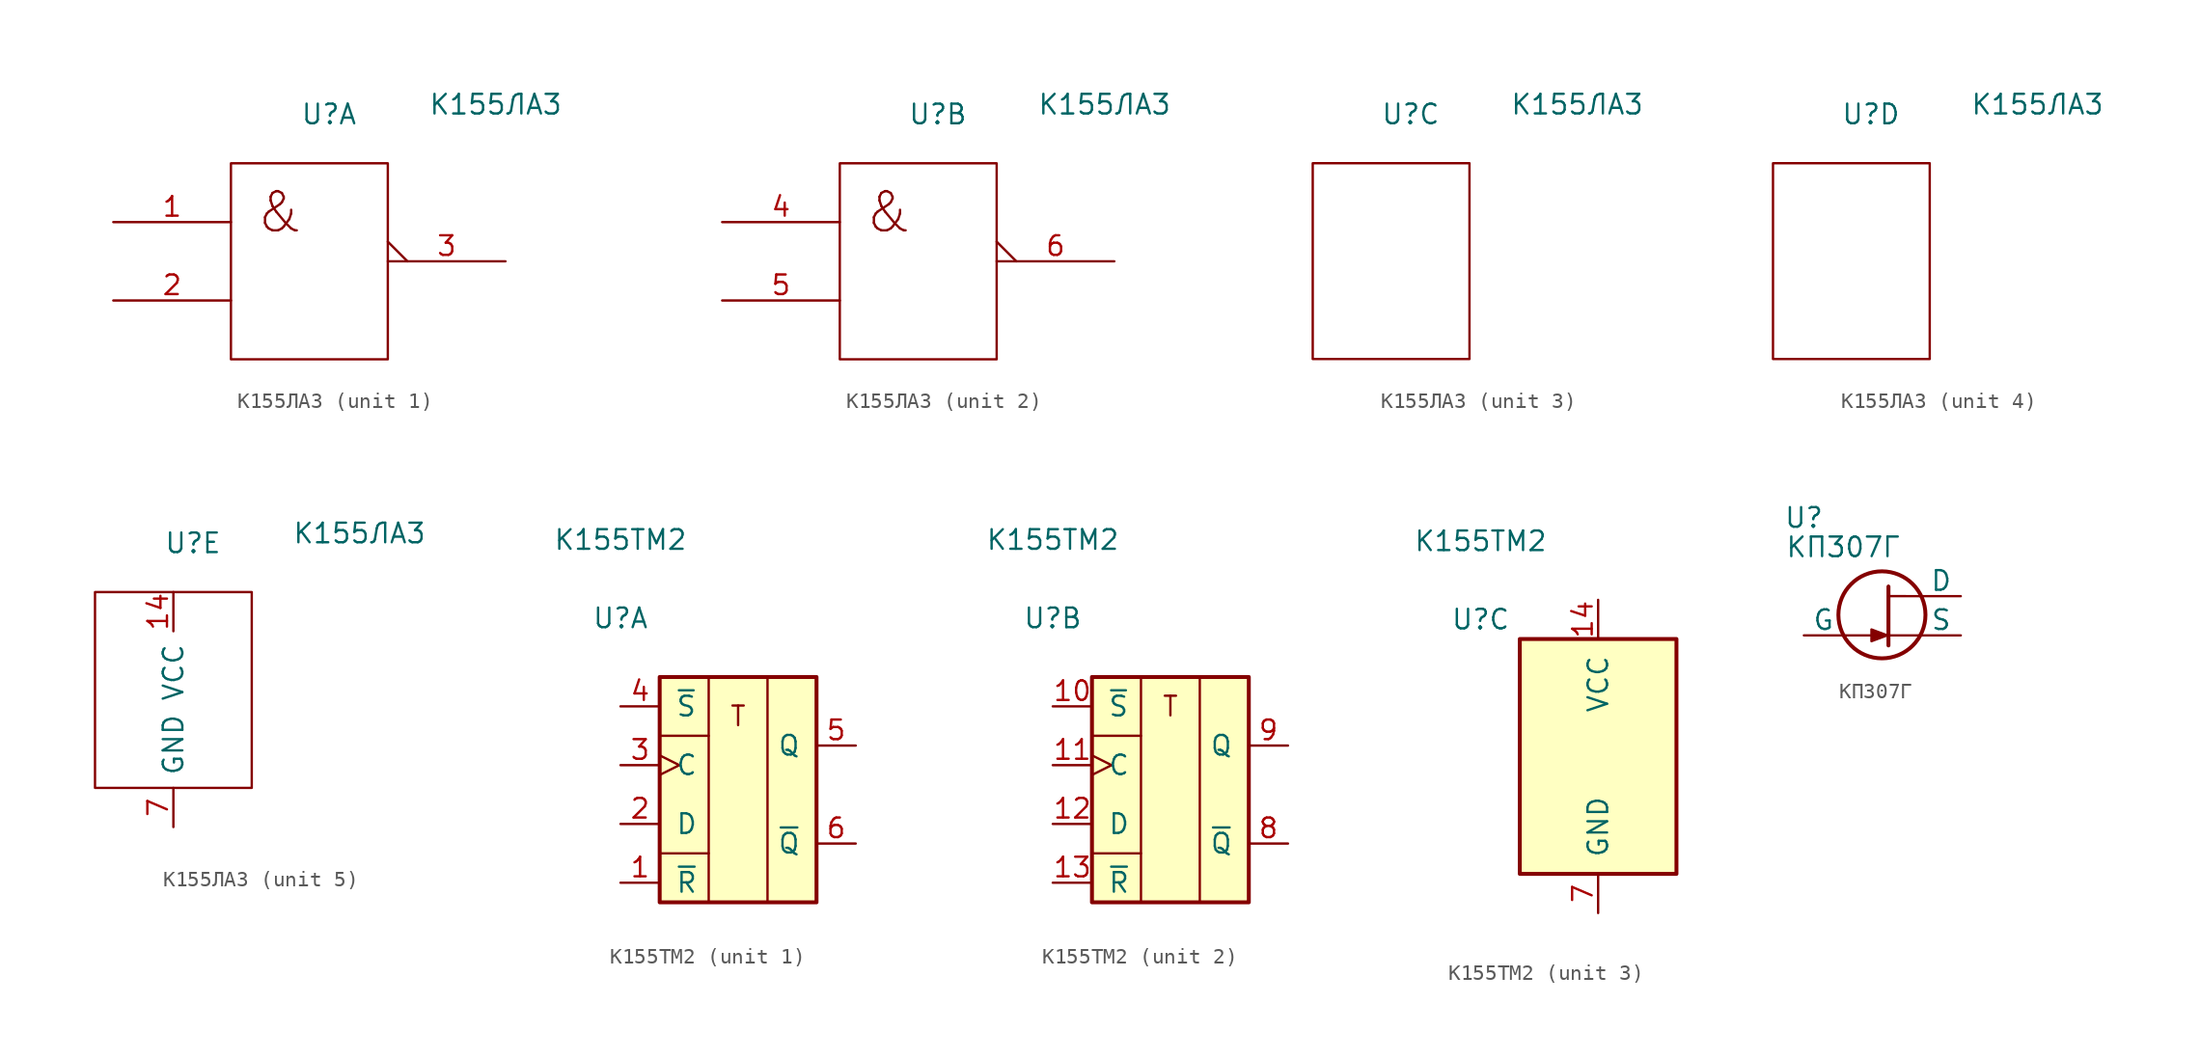
<source format=kicad_sym>
(kicad_symbol_lib
  (version 20211014)
  (generator kicad_symbol_editor)
  (symbol "К155ЛА3"
    (pin_names
      (offset 0.762))
    (property "Reference" "U"
      (at 1.27 9.525 0)
      (effects (font (size 1.27 1.27))))
    (property "Value" "К155ЛА3"
      (at 12.065 10.16 0)
      (effects (font (size 1.27 1.27))))
    (symbol "К155ЛА3_0_1"
      (rectangle (start -5.08 6.35) (end 5.08 -6.35) (stroke (width 0) (type default) (color 0 0 0 0)) (fill (type none))))
    (symbol "К155ЛА3_1_0"
      (text "&" (at -1.905 3.175 0) (effects (font (size 2.54 2.54)))))
    (symbol "К155ЛА3_1_1"
      (pin input line (at -12.7 2.54 0) (length 7.62) (name "~" (effects (font (size 1.27 1.27)))) (number "1" (effects (font (size 1.27 1.27)))))
      (pin input line (at -12.7 -2.54 0) (length 7.62) (name "~" (effects (font (size 1.27 1.27)))) (number "2" (effects (font (size 1.27 1.27)))))
      (pin output output_low (at 12.7 0 180) (length 7.62) (name "~" (effects (font (size 1.27 1.27)))) (number "3" (effects (font (size 1.27 1.27))))))
    (symbol "К155ЛА3_2_0"
      (text "&" (at -1.905 3.175 0) (effects (font (size 2.54 2.54)))))
    (symbol "К155ЛА3_2_1"
      (pin input line (at -12.7 2.54 0) (length 7.62) (name "~" (effects (font (size 1.27 1.27)))) (number "4" (effects (font (size 1.27 1.27)))))
      (pin input line (at -12.7 -2.54 0) (length 7.62) (name "~" (effects (font (size 1.27 1.27)))) (number "5" (effects (font (size 1.27 1.27)))))
      (pin output output_low (at 12.7 0 180) (length 7.62) (name "~" (effects (font (size 1.27 1.27)))) (number "6" (effects (font (size 1.27 1.27))))))
    (symbol "К155ЛА3_5_0"
      (pin power_in line (at 0 6.35 270) (length 2.54) (name "VCC" (effects (font (size 1.27 1.27)))) (number "14" (effects (font (size 1.27 1.27)))))
      (pin power_in line (at 0 -8.89 90) (length 2.54) (name "GND" (effects (font (size 1.27 1.27)))) (number "7" (effects (font (size 1.27 1.27)))))))
  (symbol "К155ТМ2"
    (pin_names
      (offset 1.016))
    (property "Reference" "U"
      (at -7.62 8.89 0)
      (effects (font (size 1.27 1.27))))
    (property "Value" "К155ТМ2"
      (at -7.62 13.97 0)
      (effects (font (size 1.27 1.27))))
    (property "ki_locked" ""
      (at 0 0 0)
      (effects (font (size 1.27 1.27))))
    (symbol "К155ТМ2_1_0"
      (text "T" (at 0 2.54 0) (effects (font (size 1.27 1.27))))
      (pin input line (at -7.62 -8.255 0) (length 2.54) (name "~{R}" (effects (font (size 1.27 1.27)))) (number "1" (effects (font (size 1.27 1.27)))))
      (pin input line (at -7.62 -4.445 0) (length 2.54) (name "D" (effects (font (size 1.27 1.27)))) (number "2" (effects (font (size 1.27 1.27)))))
      (pin input clock (at -7.62 -0.635 0) (length 2.54) (name "C" (effects (font (size 1.27 1.27)))) (number "3" (effects (font (size 1.27 1.27)))))
      (pin input line (at -7.62 3.175 0) (length 2.54) (name "~{S}" (effects (font (size 1.27 1.27)))) (number "4" (effects (font (size 1.27 1.27)))))
      (pin output line (at 7.62 0.635 180) (length 2.54) (name "Q" (effects (font (size 1.27 1.27)))) (number "5" (effects (font (size 1.27 1.27)))))
      (pin output line (at 7.62 -5.715 180) (length 2.54) (name "~{Q}" (effects (font (size 1.27 1.27)))) (number "6" (effects (font (size 1.27 1.27))))))
    (symbol "К155ТМ2_1_1"
      (rectangle (start -5.08 5.08) (end 5.08 -9.525) (stroke (width 0.254) (type default) (color 0 0 0 0)) (fill (type background)))
      (polyline (pts (xy -5.08 -6.35) (xy -1.905 -6.35)) (stroke (width 0.152) (type default) (color 0 0 0 0)) (fill (type none)))
      (polyline (pts (xy -5.08 1.27) (xy -1.905 1.27)) (stroke (width 0.152) (type default) (color 0 0 0 0)) (fill (type none)))
      (polyline (pts (xy -1.905 5.08) (xy -1.905 -9.525)) (stroke (width 0.152) (type default) (color 0 0 0 0)) (fill (type none)))
      (polyline (pts (xy 1.905 -9.525) (xy 1.905 5.08)) (stroke (width 0.152) (type default) (color 0 0 0 0)) (fill (type none))))
    (symbol "К155ТМ2_2_0"
      (text "T" (at 0 3.175 0) (effects (font (size 1.27 1.27))))
      (pin input line (at -7.62 3.175 0) (length 2.54) (name "~{S}" (effects (font (size 1.27 1.27)))) (number "10" (effects (font (size 1.27 1.27)))))
      (pin input clock (at -7.62 -0.635 0) (length 2.54) (name "C" (effects (font (size 1.27 1.27)))) (number "11" (effects (font (size 1.27 1.27)))))
      (pin input line (at -7.62 -4.445 0) (length 2.54) (name "D" (effects (font (size 1.27 1.27)))) (number "12" (effects (font (size 1.27 1.27)))))
      (pin input line (at -7.62 -8.255 0) (length 2.54) (name "~{R}" (effects (font (size 1.27 1.27)))) (number "13" (effects (font (size 1.27 1.27)))))
      (pin output line (at 7.62 -5.715 180) (length 2.54) (name "~{Q}" (effects (font (size 1.27 1.27)))) (number "8" (effects (font (size 1.27 1.27)))))
      (pin output line (at 7.62 0.635 180) (length 2.54) (name "Q" (effects (font (size 1.27 1.27)))) (number "9" (effects (font (size 1.27 1.27))))))
    (symbol "К155ТМ2_2_1"
      (rectangle (start -5.08 5.08) (end 5.08 -9.525) (stroke (width 0.254) (type default) (color 0 0 0 0)) (fill (type background)))
      (polyline (pts (xy -5.08 -6.35) (xy -1.905 -6.35)) (stroke (width 0.152) (type default) (color 0 0 0 0)) (fill (type none)))
      (polyline (pts (xy -5.08 1.27) (xy -1.905 1.27)) (stroke (width 0.152) (type default) (color 0 0 0 0)) (fill (type none)))
      (polyline (pts (xy -1.905 5.08) (xy -1.905 -9.525)) (stroke (width 0.152) (type default) (color 0 0 0 0)) (fill (type none)))
      (polyline (pts (xy 1.905 -9.525) (xy 1.905 5.08)) (stroke (width 0.152) (type default) (color 0 0 0 0)) (fill (type none))))
    (symbol "К155ТМ2_3_0"
      (pin power_in line (at 0 10.16 270) (length 2.54) (name "VCC" (effects (font (size 1.27 1.27)))) (number "14" (effects (font (size 1.27 1.27)))))
      (pin power_in line (at 0 -10.16 90) (length 2.54) (name "GND" (effects (font (size 1.27 1.27)))) (number "7" (effects (font (size 1.27 1.27))))))
    (symbol "К155ТМ2_3_1"
      (rectangle (start -5.08 7.62) (end 5.08 -7.62) (stroke (width 0.254) (type default) (color 0 0 0 0)) (fill (type background)))))
  (symbol "КП307Г"
    (pin_numbers hide)
    (pin_names
      (offset 0))
    (property "Reference" "U"
      (at -5.08 6.35 0)
      (effects (font (size 1.27 1.27))))
    (property "Value" "КП307Г"
      (at -2.54 4.445 0)
      (effects (font (size 1.27 1.27))))
    (symbol "КП307Г_0_0"
      (polyline (pts (xy -2.54 -1.27) (xy 2.54 -1.27)) (stroke (width 0.152) (type default) (color 0 0 0 0)) (fill (type none)))
      (polyline (pts (xy 0.401 1.274) (xy 2.54 1.27)) (stroke (width 0.152) (type default) (color 0 0 0 0)) (fill (type none))))
    (symbol "КП307Г_0_1"
      (circle (center -0.027 0.061) (radius 2.819) (stroke (width 0.254) (type default) (color 0 0 0 0)) (fill (type none)))
      (polyline (pts (xy 0.396 1.888) (xy 0.396 -1.922)) (stroke (width 0.254) (type default) (color 0 0 0 0)) (fill (type none)))
      (polyline (pts (xy 0.397 -1.875) (xy 0.397 1.935)) (stroke (width 0.152) (type default) (color 0 0 0 0)) (fill (type none)))
      (polyline (pts (xy 0.31 -1.267) (xy -0.706 -0.886) (xy -0.706 -1.648) (xy 0.31 -1.267)) (stroke (width 0) (type default) (color 0 0 0 0)) (fill (type outline))))
    (symbol "КП307Г_1_1"
      (pin input line (at -5.08 -1.27 0) (length 2.54) (name "G" (effects (font (size 1.27 1.27)))) (number "" (effects (font (size 1.27 1.27)))))
      (pin passive line (at 5.08 1.27 180) (length 2.54) (name "D" (effects (font (size 1.27 1.27)))) (number "1" (effects (font (size 1.27 1.27)))))
      (pin passive line (at 5.08 -1.27 180) (length 2.54) (name "S" (effects (font (size 1.27 1.27)))) (number "3" (effects (font (size 1.27 1.27))))))))
</source>
